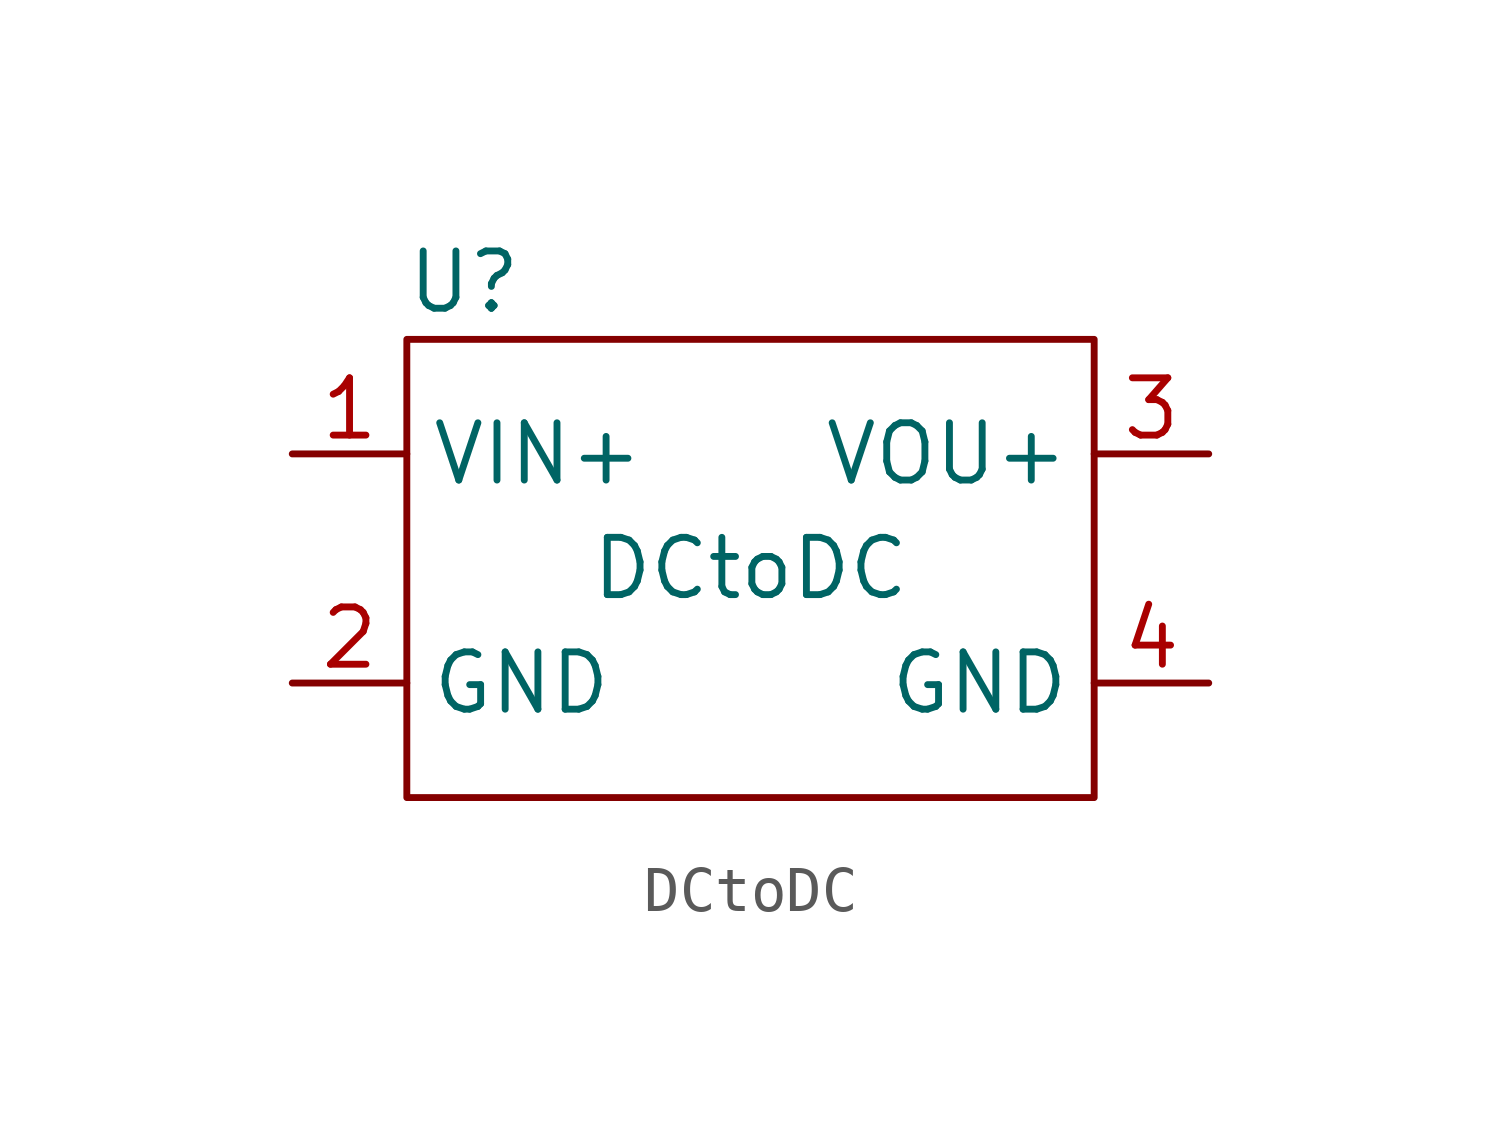
<source format=kicad_sym>
(kicad_symbol_lib
  (version 20211014)
  (generator kicad_symbol_editor)
  (symbol "DCtoDC"
    (property "Reference" "U"
      (at -6.35 6.35 0)
      (effects (font (size 1.27 1.27))))
    (property "Value" "DCtoDC"
      (at 0 0 0)
      (effects (font (size 1.27 1.27))))
    (symbol "DCtoDC_0_1"
      (polyline (pts (xy -7.62 5.08) (xy -7.62 -5.08) (xy 7.62 -5.08) (xy 7.62 5.08) (xy -7.62 5.08)) (stroke (width 0) (type default) (color 0 0 0 0)) (fill (type none))))
    (symbol "DCtoDC_1_1"
      (pin power_in line (at -10.16 2.54 0) (length 2.54) (name "VIN+" (effects (font (size 1.27 1.27)))) (number "1" (effects (font (size 1.27 1.27)))))
      (pin power_in line (at -10.16 -2.54 0) (length 2.54) (name "GND" (effects (font (size 1.27 1.27)))) (number "2" (effects (font (size 1.27 1.27)))))
      (pin power_out line (at 10.16 2.54 180) (length 2.54) (name "VOU+" (effects (font (size 1.27 1.27)))) (number "3" (effects (font (size 1.27 1.27)))))
      (pin power_out line (at 10.16 -2.54 180) (length 2.54) (name "GND" (effects (font (size 1.27 1.27)))) (number "4" (effects (font (size 1.27 1.27))))))))
</source>
